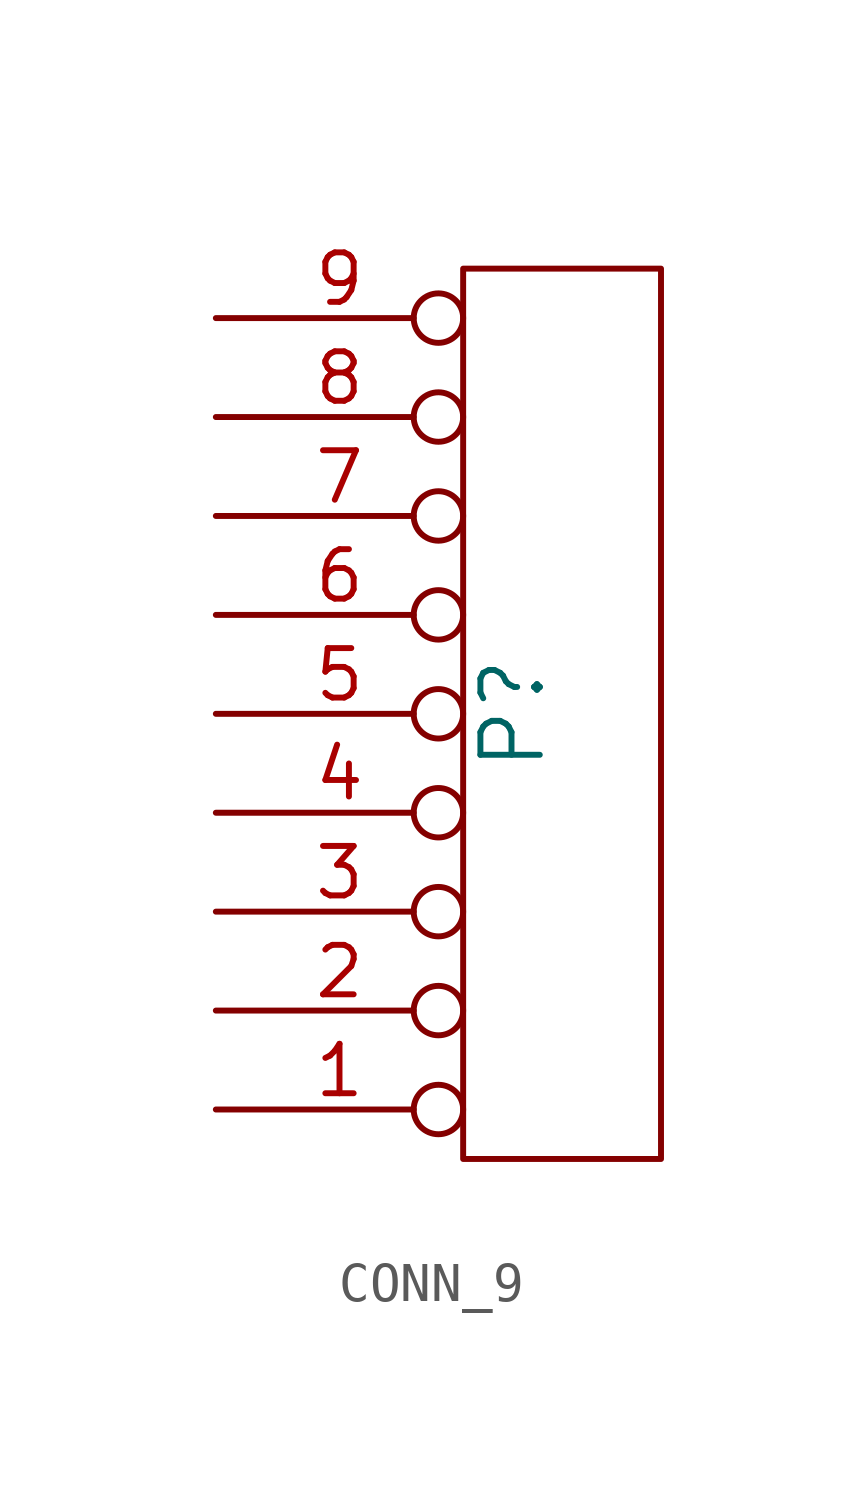
<source format=kicad_sym>
(kicad_symbol_lib
  (version 20211014)
  (generator kicad_symbol_editor)
  (symbol "CONN_9"
    (pin_names
      (offset 1.016) hide)
    (property "Reference" "P"
      (at -1.27 0 90)
      (effects (font (size 1.524 1.524))))
    (property "Footprint" ""
      (at 0 0 0)
      (effects (font (size 1.524 1.524))))
    (property "Datasheet" ""
      (at 0 0 0)
      (effects (font (size 1.524 1.524))))
    (symbol "CONN_9_0_1"
      (rectangle (start -2.54 11.43) (end 2.54 -11.43) (stroke (width 0) (type default) (color 0 0 0 0)) (fill (type none))))
    (symbol "CONN_9_1_1"
      (pin passive inverted (at -8.89 -10.16 0) (length 6.35) (name "P1" (effects (font (size 1.27 1.27)))) (number "1" (effects (font (size 1.27 1.27)))))
      (pin passive inverted (at -8.89 -7.62 0) (length 6.35) (name "P2" (effects (font (size 1.27 1.27)))) (number "2" (effects (font (size 1.27 1.27)))))
      (pin passive inverted (at -8.89 -5.08 0) (length 6.35) (name "P3" (effects (font (size 1.27 1.27)))) (number "3" (effects (font (size 1.27 1.27)))))
      (pin passive inverted (at -8.89 -2.54 0) (length 6.35) (name "P4" (effects (font (size 1.27 1.27)))) (number "4" (effects (font (size 1.27 1.27)))))
      (pin passive inverted (at -8.89 0 0) (length 6.35) (name "P5" (effects (font (size 1.27 1.27)))) (number "5" (effects (font (size 1.27 1.27)))))
      (pin passive inverted (at -8.89 2.54 0) (length 6.35) (name "P6" (effects (font (size 1.27 1.27)))) (number "6" (effects (font (size 1.27 1.27)))))
      (pin passive inverted (at -8.89 5.08 0) (length 6.35) (name "P7" (effects (font (size 1.27 1.27)))) (number "7" (effects (font (size 1.27 1.27)))))
      (pin passive inverted (at -8.89 7.62 0) (length 6.35) (name "P8" (effects (font (size 1.27 1.27)))) (number "8" (effects (font (size 1.27 1.27)))))
      (pin passive inverted (at -8.89 10.16 0) (length 6.35) (name "P9" (effects (font (size 1.27 1.27)))) (number "9" (effects (font (size 1.27 1.27))))))))
</source>
